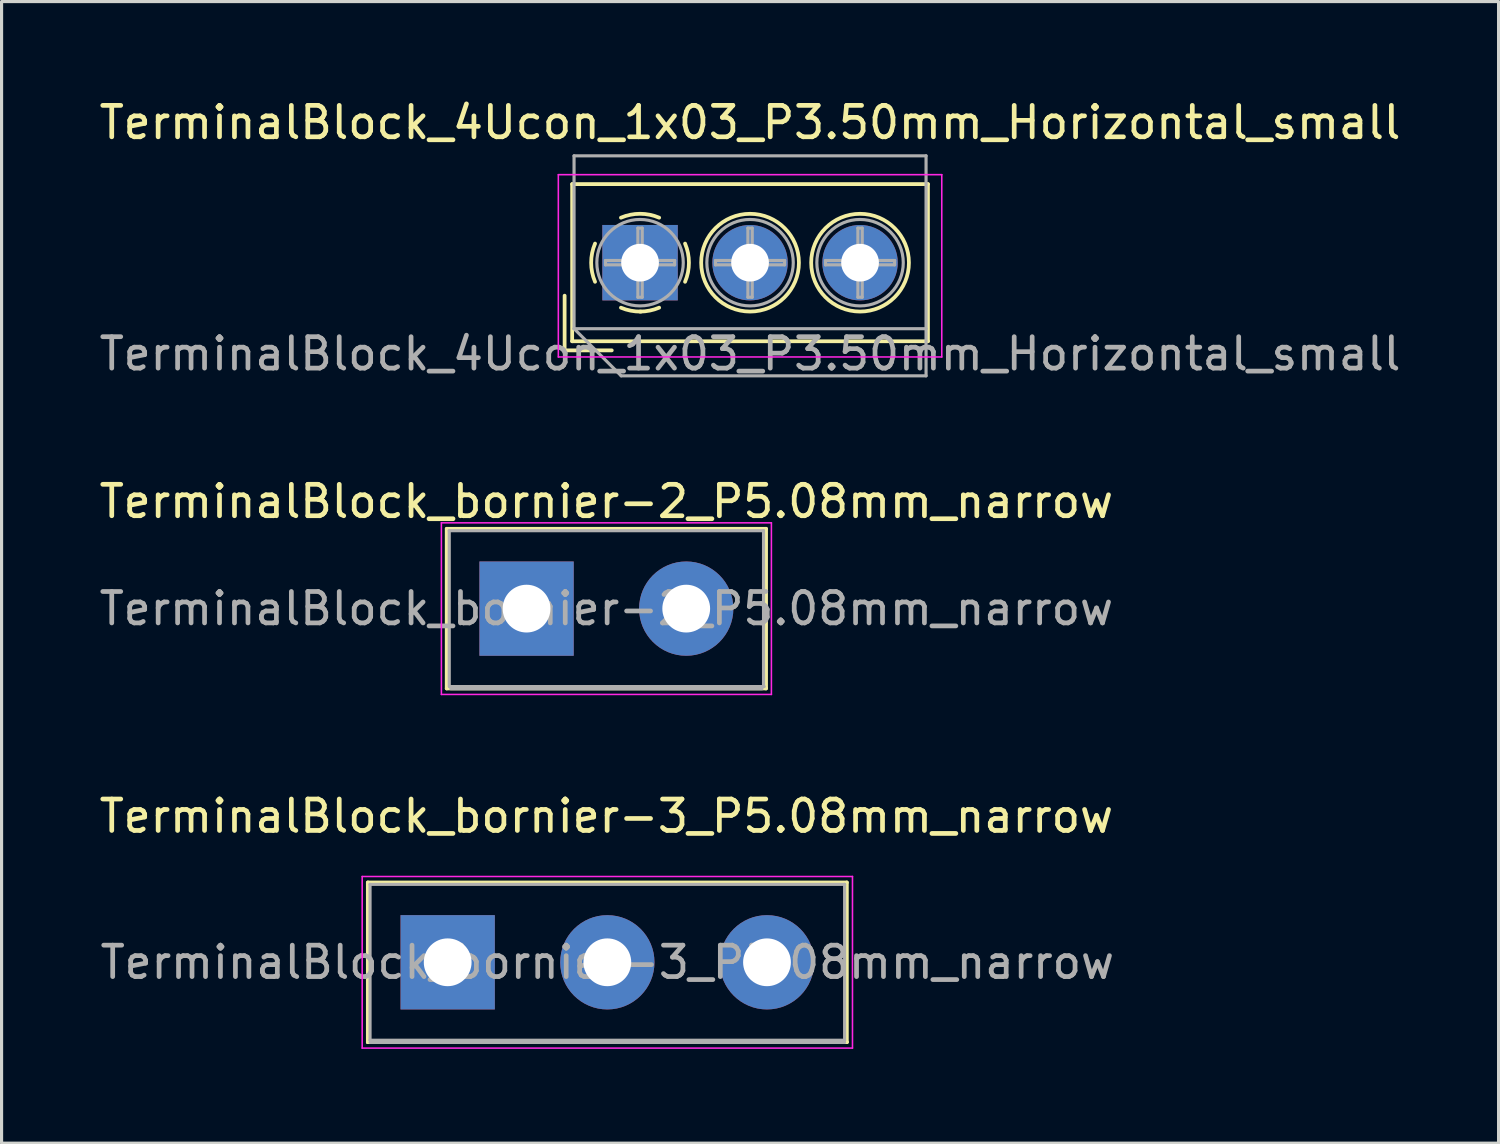
<source format=kicad_pcb>
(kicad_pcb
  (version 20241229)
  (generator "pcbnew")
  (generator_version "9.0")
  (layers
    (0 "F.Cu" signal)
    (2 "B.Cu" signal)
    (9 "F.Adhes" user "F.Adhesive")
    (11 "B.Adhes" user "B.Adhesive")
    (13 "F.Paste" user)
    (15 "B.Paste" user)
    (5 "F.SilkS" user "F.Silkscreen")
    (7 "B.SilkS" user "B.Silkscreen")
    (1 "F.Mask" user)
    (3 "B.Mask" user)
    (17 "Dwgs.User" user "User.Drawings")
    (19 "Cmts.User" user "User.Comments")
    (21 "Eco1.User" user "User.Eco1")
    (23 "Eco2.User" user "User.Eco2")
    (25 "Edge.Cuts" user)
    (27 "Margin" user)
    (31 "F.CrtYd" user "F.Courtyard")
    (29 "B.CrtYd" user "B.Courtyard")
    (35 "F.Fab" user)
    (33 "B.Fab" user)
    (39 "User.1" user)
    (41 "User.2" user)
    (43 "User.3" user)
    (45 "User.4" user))
  (footprint "TerminalBlock_bornier-2_P5.08mm_narrow"
    (layer "F.Cu")
    (at 13.704 16.315)
    (property "Reference" "TerminalBlock_bornier-2_P5.08mm_narrow" (at 2.54 -3.41 0) (layer "F.SilkS") (effects (font (size 1 1) (thickness 0.15))))
    (attr through_hole)
    (fp_line (start -2.54 -2.54) (end -2.54 2.54) (stroke (width 0.12) (type solid)) (layer "F.SilkS"))
    (fp_line (start 7.62 -2.54) (end -2.54 -2.54) (stroke (width 0.12) (type solid)) (layer "F.SilkS"))
    (fp_line (start 7.62 2.54) (end -2.54 2.54) (stroke (width 0.12) (type solid)) (layer "F.SilkS"))
    (fp_line (start 7.62 2.54) (end 7.62 -2.54) (stroke (width 0.12) (type solid)) (layer "F.SilkS"))
    (fp_line (start -2.71 -2.73) (end -2.71 2.73) (stroke (width 0.05) (type solid)) (layer "F.CrtYd"))
    (fp_line (start -2.71 -2.73) (end 7.79 -2.73) (stroke (width 0.05) (type solid)) (layer "F.CrtYd"))
    (fp_line (start 7.79 2.73) (end -2.71 2.73) (stroke (width 0.05) (type solid)) (layer "F.CrtYd"))
    (fp_line (start 7.79 2.73) (end 7.79 -2.73) (stroke (width 0.05) (type solid)) (layer "F.CrtYd"))
    (fp_line (start -2.46 -2.48) (end -2.46 2.48) (stroke (width 0.1) (type solid)) (layer "F.Fab"))
    (fp_line (start -2.41 2.55) (end 7.49 2.55) (stroke (width 0.1) (type solid)) (layer "F.Fab"))
    (fp_line (start 7.54 -2.48) (end -2.46 -2.48) (stroke (width 0.1) (type solid)) (layer "F.Fab"))
    (fp_line (start 7.54 2.48) (end 7.54 -2.48) (stroke (width 0.1) (type solid)) (layer "F.Fab"))
    (fp_line (start 7.56 2.48) (end -2.44 2.48) (stroke (width 0.1) (type solid)) (layer "F.Fab"))
    (fp_text user "${REFERENCE}" (at 2.54 0 0) (layer "F.Fab") (effects (font (size 1 1) (thickness 0.15))))
    (pad "1" thru_hole rect (at 0 0) (size 3 3) (drill 1.52) (layers "*.Cu" "*.Mask"))
    (pad "2" thru_hole circle (at 5.08 0) (size 3 3) (drill 1.52) (layers "*.Cu" "*.Mask")))
  (footprint "TerminalBlock_4Ucon_1x03_P3.50mm_Horizontal_small"
    (layer "F.Cu")
    (at 17.315 5.308)
    (property "Reference" "TerminalBlock_4Ucon_1x03_P3.50mm_Horizontal_small" (at 3.5 -4.46 0) (layer "F.SilkS") (effects (font (size 1 1) (thickness 0.15))))
    (attr through_hole)
    (fp_line (start -2.4 1.05) (end -2.4 2.79) (stroke (width 0.12) (type solid)) (layer "F.SilkS"))
    (fp_line (start -2.4 2.79) (end -0.9 2.79) (stroke (width 0.12) (type solid)) (layer "F.SilkS"))
    (fp_line (start -2.16 -2.5) (end -2.16 2.5) (stroke (width 0.12) (type solid)) (layer "F.SilkS"))
    (fp_line (start -2.16 -2.5) (end 9.16 -2.5) (stroke (width 0.12) (type solid)) (layer "F.SilkS"))
    (fp_line (start -2.16 2.5) (end 9.16 2.5) (stroke (width 0.12) (type solid)) (layer "F.SilkS"))
    (fp_line (start 9.16 -2.5) (end 9.16 2.5) (stroke (width 0.12) (type solid)) (layer "F.SilkS"))
    (fp_arc (start -1.432109 0.607742) (mid -1.555727 -0.00014) (end -1.432 -0.608) (stroke (width 0.12) (type solid)) (layer "F.SilkS"))
    (fp_arc (start -0.607742 -1.432109) (mid 0.00014 -1.555727) (end 0.608 -1.432) (stroke (width 0.12) (type solid)) (layer "F.SilkS"))
    (fp_arc (start 0.027011 1.555493) (mid -0.296984 1.527118) (end -0.608 1.432) (stroke (width 0.12) (type solid)) (layer "F.SilkS"))
    (fp_arc (start 0.607587 1.431385) (mid 0.310017 1.523783) (end 0 1.555) (stroke (width 0.12) (type solid)) (layer "F.SilkS"))
    (fp_arc (start 1.432109 -0.607742) (mid 1.555727 0.00014) (end 1.432 0.608) (stroke (width 0.12) (type solid)) (layer "F.SilkS"))
    (fp_circle (center 3.5 0) (end 5.055 0) (stroke (width 0.12) (type solid)) (fill no) (layer "F.SilkS"))
    (fp_circle (center 7 0) (end 8.555 0) (stroke (width 0.12) (type solid)) (fill no) (layer "F.SilkS"))
    (fp_line (start -2.6 -2.8) (end -2.6 3) (stroke (width 0.05) (type solid)) (layer "F.CrtYd"))
    (fp_line (start -2.6 3) (end 9.6 3) (stroke (width 0.05) (type solid)) (layer "F.CrtYd"))
    (fp_line (start 9.6 -2.8) (end -2.6 -2.8) (stroke (width 0.05) (type solid)) (layer "F.CrtYd"))
    (fp_line (start 9.6 3) (end 9.6 -2.8) (stroke (width 0.05) (type solid)) (layer "F.CrtYd"))
    (fp_line (start -2.1 -3.4) (end 9.1 -3.4) (stroke (width 0.1) (type solid)) (layer "F.Fab"))
    (fp_line (start -2.1 2.1) (end -2.1 -3.4) (stroke (width 0.1) (type solid)) (layer "F.Fab"))
    (fp_line (start -2.1 2.1) (end 9.1 2.1) (stroke (width 0.1) (type solid)) (layer "F.Fab"))
    (fp_line (start -1.1 -0.069) (end -0.069 -0.069) (stroke (width 0.1) (type solid)) (layer "F.Fab"))
    (fp_line (start -1.1 0.069) (end -1.1 -0.069) (stroke (width 0.1) (type solid)) (layer "F.Fab"))
    (fp_line (start -0.6 3.6) (end -2.1 2.1) (stroke (width 0.1) (type solid)) (layer "F.Fab"))
    (fp_line (start -0.069 -1.1) (end 0.069 -1.1) (stroke (width 0.1) (type solid)) (layer "F.Fab"))
    (fp_line (start -0.069 -0.069) (end -0.069 -1.1) (stroke (width 0.1) (type solid)) (layer "F.Fab"))
    (fp_line (start -0.069 0.069) (end -1.1 0.069) (stroke (width 0.1) (type solid)) (layer "F.Fab"))
    (fp_line (start -0.069 1.1) (end -0.069 0.069) (stroke (width 0.1) (type solid)) (layer "F.Fab"))
    (fp_line (start 0.069 -1.1) (end 0.069 -0.069) (stroke (width 0.1) (type solid)) (layer "F.Fab"))
    (fp_line (start 0.069 -0.069) (end 1.1 -0.069) (stroke (width 0.1) (type solid)) (layer "F.Fab"))
    (fp_line (start 0.069 0.069) (end 0.069 1.1) (stroke (width 0.1) (type solid)) (layer "F.Fab"))
    (fp_line (start 0.069 1.1) (end -0.069 1.1) (stroke (width 0.1) (type solid)) (layer "F.Fab"))
    (fp_line (start 1.1 -0.069) (end 1.1 0.069) (stroke (width 0.1) (type solid)) (layer "F.Fab"))
    (fp_line (start 1.1 0.069) (end 0.069 0.069) (stroke (width 0.1) (type solid)) (layer "F.Fab"))
    (fp_line (start 2.4 -0.069) (end 3.431 -0.069) (stroke (width 0.1) (type solid)) (layer "F.Fab"))
    (fp_line (start 2.4 0.069) (end 2.4 -0.069) (stroke (width 0.1) (type solid)) (layer "F.Fab"))
    (fp_line (start 3.431 -1.1) (end 3.569 -1.1) (stroke (width 0.1) (type solid)) (layer "F.Fab"))
    (fp_line (start 3.431 -0.069) (end 3.431 -1.1) (stroke (width 0.1) (type solid)) (layer "F.Fab"))
    (fp_line (start 3.431 0.069) (end 2.4 0.069) (stroke (width 0.1) (type solid)) (layer "F.Fab"))
    (fp_line (start 3.431 1.1) (end 3.431 0.069) (stroke (width 0.1) (type solid)) (layer "F.Fab"))
    (fp_line (start 3.569 -1.1) (end 3.569 -0.069) (stroke (width 0.1) (type solid)) (layer "F.Fab"))
    (fp_line (start 3.569 -0.069) (end 4.6 -0.069) (stroke (width 0.1) (type solid)) (layer "F.Fab"))
    (fp_line (start 3.569 0.069) (end 3.569 1.1) (stroke (width 0.1) (type solid)) (layer "F.Fab"))
    (fp_line (start 3.569 1.1) (end 3.431 1.1) (stroke (width 0.1) (type solid)) (layer "F.Fab"))
    (fp_line (start 4.6 -0.069) (end 4.6 0.069) (stroke (width 0.1) (type solid)) (layer "F.Fab"))
    (fp_line (start 4.6 0.069) (end 3.569 0.069) (stroke (width 0.1) (type solid)) (layer "F.Fab"))
    (fp_line (start 5.9 -0.069) (end 6.931 -0.069) (stroke (width 0.1) (type solid)) (layer "F.Fab"))
    (fp_line (start 5.9 0.069) (end 5.9 -0.069) (stroke (width 0.1) (type solid)) (layer "F.Fab"))
    (fp_line (start 6.931 -1.1) (end 7.069 -1.1) (stroke (width 0.1) (type solid)) (layer "F.Fab"))
    (fp_line (start 6.931 -0.069) (end 6.931 -1.1) (stroke (width 0.1) (type solid)) (layer "F.Fab"))
    (fp_line (start 6.931 0.069) (end 5.9 0.069) (stroke (width 0.1) (type solid)) (layer "F.Fab"))
    (fp_line (start 6.931 1.1) (end 6.931 0.069) (stroke (width 0.1) (type solid)) (layer "F.Fab"))
    (fp_line (start 7.069 -1.1) (end 7.069 -0.069) (stroke (width 0.1) (type solid)) (layer "F.Fab"))
    (fp_line (start 7.069 -0.069) (end 8.1 -0.069) (stroke (width 0.1) (type solid)) (layer "F.Fab"))
    (fp_line (start 7.069 0.069) (end 7.069 1.1) (stroke (width 0.1) (type solid)) (layer "F.Fab"))
    (fp_line (start 7.069 1.1) (end 6.931 1.1) (stroke (width 0.1) (type solid)) (layer "F.Fab"))
    (fp_line (start 8.1 -0.069) (end 8.1 0.069) (stroke (width 0.1) (type solid)) (layer "F.Fab"))
    (fp_line (start 8.1 0.069) (end 7.069 0.069) (stroke (width 0.1) (type solid)) (layer "F.Fab"))
    (fp_line (start 9.1 -3.4) (end 9.1 3.6) (stroke (width 0.1) (type solid)) (layer "F.Fab"))
    (fp_line (start 9.1 3.6) (end -0.6 3.6) (stroke (width 0.1) (type solid)) (layer "F.Fab"))
    (fp_circle (center 0 0) (end 1.375 0) (stroke (width 0.1) (type solid)) (fill no) (layer "F.Fab"))
    (fp_circle (center 3.5 0) (end 4.875 0) (stroke (width 0.1) (type solid)) (fill no) (layer "F.Fab"))
    (fp_circle (center 7 0) (end 8.375 0) (stroke (width 0.1) (type solid)) (fill no) (layer "F.Fab"))
    (fp_text user "${REFERENCE}" (at 3.5 2.9 0) (layer "F.Fab") (effects (font (size 1 1) (thickness 0.15))))
    (pad "1" thru_hole rect (at 0 0) (size 2.4 2.4) (drill 1.2) (layers "*.Cu" "*.Mask"))
    (pad "2" thru_hole circle (at 3.5 0) (size 2.4 2.4) (drill 1.2) (layers "*.Cu" "*.Mask"))
    (pad "3" thru_hole circle (at 7 0) (size 2.4 2.4) (drill 1.2) (layers "*.Cu" "*.Mask")))
  (footprint "TerminalBlock_bornier-3_P5.08mm_narrow"
    (layer "F.Cu")
    (at 11.194 27.568)
    (property "Reference" "TerminalBlock_bornier-3_P5.08mm_narrow" (at 5.05 -4.65 0) (layer "F.SilkS") (effects (font (size 1 1) (thickness 0.15))))
    (attr through_hole)
    (fp_line (start -2.54 -2.54) (end 12.7 -2.54) (stroke (width 0.12) (type solid)) (layer "F.SilkS"))
    (fp_line (start -2.54 2.54) (end -2.54 -2.54) (stroke (width 0.12) (type solid)) (layer "F.SilkS"))
    (fp_line (start -2.54 2.54) (end 12.7 2.54) (stroke (width 0.12) (type solid)) (layer "F.SilkS"))
    (fp_line (start -2.54 2.54) (end 12.7 2.54) (stroke (width 0.12) (type solid)) (layer "F.SilkS"))
    (fp_line (start 12.7 2.54) (end 12.7 -2.54) (stroke (width 0.12) (type solid)) (layer "F.SilkS"))
    (fp_line (start -2.72 -2.73) (end -2.72 2.73) (stroke (width 0.05) (type solid)) (layer "F.CrtYd"))
    (fp_line (start -2.72 -2.73) (end 12.88 -2.73) (stroke (width 0.05) (type solid)) (layer "F.CrtYd"))
    (fp_line (start 12.88 2.73) (end -2.72 2.73) (stroke (width 0.05) (type solid)) (layer "F.CrtYd"))
    (fp_line (start 12.88 2.73) (end 12.88 -2.73) (stroke (width 0.05) (type solid)) (layer "F.CrtYd"))
    (fp_line (start -2.47 -2.48) (end 12.63 -2.48) (stroke (width 0.1) (type solid)) (layer "F.Fab"))
    (fp_line (start -2.47 2.48) (end -2.47 -2.48) (stroke (width 0.1) (type solid)) (layer "F.Fab"))
    (fp_line (start -2.47 2.55) (end 12.63 2.55) (stroke (width 0.1) (type solid)) (layer "F.Fab"))
    (fp_line (start 12.63 -2.48) (end 12.63 2.48) (stroke (width 0.1) (type solid)) (layer "F.Fab"))
    (fp_line (start 12.63 2.48) (end -2.47 2.48) (stroke (width 0.1) (type solid)) (layer "F.Fab"))
    (fp_text user "${REFERENCE}" (at 5.08 0 0) (layer "F.Fab") (effects (font (size 1 1) (thickness 0.15))))
    (pad "1" thru_hole rect (at 0 0) (size 3 3) (drill 1.52) (layers "*.Cu" "*.Mask"))
    (pad "2" thru_hole circle (at 5.08 0) (size 3 3) (drill 1.52) (layers "*.Cu" "*.Mask"))
    (pad "3" thru_hole circle (at 10.16 0) (size 3 3) (drill 1.52) (layers "*.Cu" "*.Mask")))
  (gr_rect
    (start -3 -3)
    (end 44.631 33.323)
    (stroke (width 0.1) (type default))
    (fill no)
    (layer "Edge.Cuts")))
</source>
